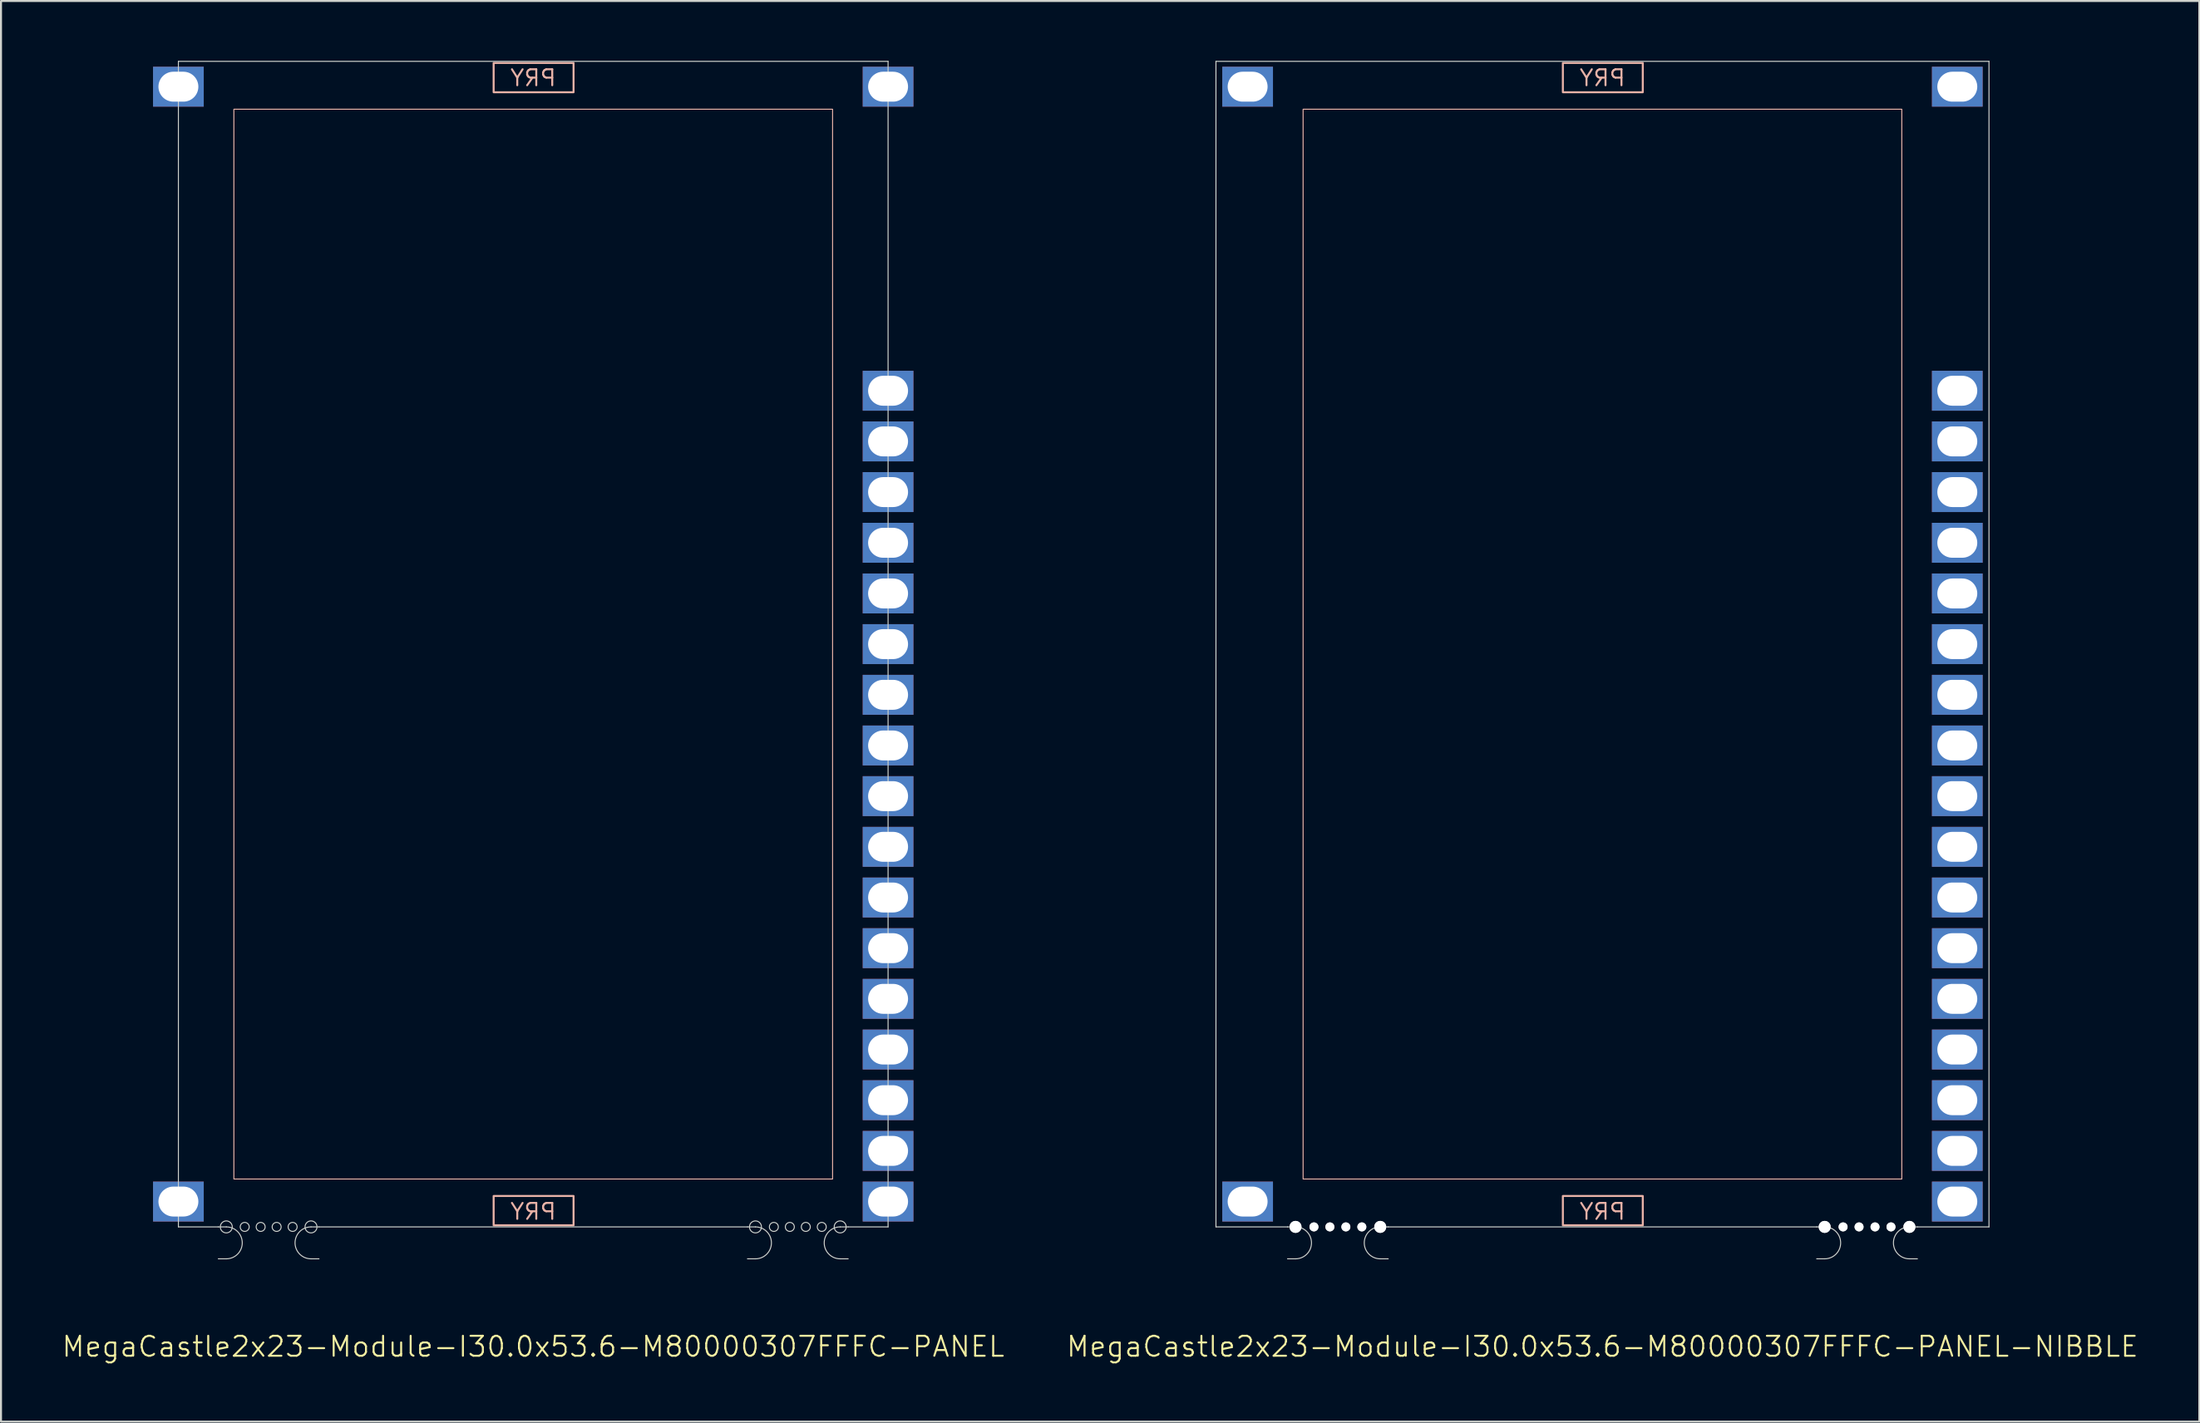
<source format=kicad_pcb>
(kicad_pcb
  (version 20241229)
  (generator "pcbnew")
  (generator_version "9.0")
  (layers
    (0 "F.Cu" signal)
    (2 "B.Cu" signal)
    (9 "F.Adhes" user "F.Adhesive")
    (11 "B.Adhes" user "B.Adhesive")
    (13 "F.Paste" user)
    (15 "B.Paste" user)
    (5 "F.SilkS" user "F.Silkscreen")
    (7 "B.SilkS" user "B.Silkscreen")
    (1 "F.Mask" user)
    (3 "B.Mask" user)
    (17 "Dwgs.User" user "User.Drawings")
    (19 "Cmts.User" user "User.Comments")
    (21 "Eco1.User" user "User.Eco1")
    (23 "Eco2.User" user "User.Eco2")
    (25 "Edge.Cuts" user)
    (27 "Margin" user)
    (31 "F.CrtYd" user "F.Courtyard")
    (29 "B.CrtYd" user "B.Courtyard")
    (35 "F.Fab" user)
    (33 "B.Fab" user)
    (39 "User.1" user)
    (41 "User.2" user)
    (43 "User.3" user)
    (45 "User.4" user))
  (footprint "MegaCastle2x23-Module-I30.0x53.6-M80000307FFFC-PANEL"
    (layer "F.Cu")
    (at 23.669 29.235)
    (property "Reference" "MegaCastle2x23-Module-I30.0x53.6-M80000307FFFC-PANEL" (at 0 35.21 0) (unlocked yes) (layer "F.SilkS") (effects (font (size 1 1) (thickness 0.1))))
    (attr smd)
    (fp_rect (start -15 26.81) (end 15 -26.81) (stroke (width 0.05) (type default)) (fill no) (layer "B.SilkS"))
    (fp_rect (start -1.984 -27.661) (end 2.02 -29.13) (stroke (width 0.1) (type default)) (fill no) (layer "B.SilkS"))
    (fp_rect (start -1.984 27.661) (end 2.02 29.13) (stroke (width 0.1) (type default)) (fill no) (layer "B.SilkS"))
    (fp_line (start -17.78 -29.21) (end -17.78 29.21) (stroke (width 0.05) (type default)) (layer "Edge.Cuts"))
    (fp_line (start -17.78 -29.21) (end 17.78 -29.21) (stroke (width 0.05) (type default)) (layer "Edge.Cuts"))
    (fp_line (start -17.78 29.21) (end -15.78 29.21) (stroke (width 0.05) (type default)) (layer "Edge.Cuts"))
    (fp_line (start -15.78 29.21) (end -15.38 29.21) (stroke (width 0.05) (type default)) (layer "Edge.Cuts"))
    (fp_line (start -15.78 30.81) (end -15.38 30.81) (stroke (width 0.05) (type default)) (layer "Edge.Cuts"))
    (fp_line (start -10.735 29.21) (end -11.135 29.21) (stroke (width 0.05) (type default)) (layer "Edge.Cuts"))
    (fp_line (start -10.735 29.21) (end 10.735 29.21) (stroke (width 0.05) (type default)) (layer "Edge.Cuts"))
    (fp_line (start -10.735 30.81) (end -11.135 30.81) (stroke (width 0.05) (type default)) (layer "Edge.Cuts"))
    (fp_line (start 10.735 29.21) (end 11.135 29.21) (stroke (width 0.05) (type default)) (layer "Edge.Cuts"))
    (fp_line (start 10.735 30.81) (end 11.135 30.81) (stroke (width 0.05) (type default)) (layer "Edge.Cuts"))
    (fp_line (start 15.78 29.21) (end 15.38 29.21) (stroke (width 0.05) (type default)) (layer "Edge.Cuts"))
    (fp_line (start 15.78 29.21) (end 17.78 29.21) (stroke (width 0.05) (type default)) (layer "Edge.Cuts"))
    (fp_line (start 15.78 30.81) (end 15.38 30.81) (stroke (width 0.05) (type default)) (layer "Edge.Cuts"))
    (fp_line (start 17.78 -29.21) (end 17.78 29.21) (stroke (width 0.05) (type default)) (layer "Edge.Cuts"))
    (fp_arc (start -15.38 29.209999) (mid -14.58 30.01) (end -15.38 30.809999) (stroke (width 0.05) (type default)) (layer "Edge.Cuts"))
    (fp_arc (start -11.135 30.809999) (mid -11.934999 30.009999) (end -11.135 29.209999) (stroke (width 0.05) (type default)) (layer "Edge.Cuts"))
    (fp_arc (start 11.134999 29.209999) (mid 11.934999 30.01) (end 11.134999 30.809999) (stroke (width 0.05) (type default)) (layer "Edge.Cuts"))
    (fp_arc (start 15.379999 30.809999) (mid 14.580001 30.01) (end 15.379999 29.209999) (stroke (width 0.05) (type default)) (layer "Edge.Cuts"))
    (fp_circle (center -15.38 29.21) (end -15.38 28.91) (stroke (width 0.05) (type default)) (fill no) (layer "Edge.Cuts"))
    (fp_circle (center -14.457 29.21) (end -14.457 28.985) (stroke (width 0.05) (type default)) (fill no) (layer "Edge.Cuts"))
    (fp_circle (center -13.658 29.21) (end -13.658 28.985) (stroke (width 0.05) (type default)) (fill no) (layer "Edge.Cuts"))
    (fp_circle (center -12.857 29.21) (end -12.857 28.985) (stroke (width 0.05) (type default)) (fill no) (layer "Edge.Cuts"))
    (fp_circle (center -12.057 29.21) (end -12.057 28.985) (stroke (width 0.05) (type default)) (fill no) (layer "Edge.Cuts"))
    (fp_circle (center -11.135 29.21) (end -11.135 28.91) (stroke (width 0.05) (type default)) (fill no) (layer "Edge.Cuts"))
    (fp_circle (center 11.135 29.21) (end 11.135 28.91) (stroke (width 0.05) (type default)) (fill no) (layer "Edge.Cuts"))
    (fp_circle (center 12.057 29.21) (end 12.057 28.985) (stroke (width 0.05) (type default)) (fill no) (layer "Edge.Cuts"))
    (fp_circle (center 12.857 29.21) (end 12.857 28.985) (stroke (width 0.05) (type default)) (fill no) (layer "Edge.Cuts"))
    (fp_circle (center 13.657 29.21) (end 13.657 28.985) (stroke (width 0.05) (type default)) (fill no) (layer "Edge.Cuts"))
    (fp_circle (center 14.457 29.21) (end 14.457 28.985) (stroke (width 0.05) (type default)) (fill no) (layer "Edge.Cuts"))
    (fp_circle (center 15.38 29.21) (end 15.38 28.91) (stroke (width 0.05) (type default)) (fill no) (layer "Edge.Cuts"))
    (fp_text user "PRY" (at 0 28.91 0) (unlocked yes) (layer "B.SilkS") (effects (font (size 0.8 0.8) (thickness 0.1)) (justify bottom mirror)))
    (fp_text user "PRY" (at 0 -27.91 0) (unlocked yes) (layer "B.SilkS") (effects (font (size 0.8 0.8) (thickness 0.1)) (justify bottom mirror)))
    (pad "1" thru_hole rect (at -17.78 -27.94) (size 2.54 2) (drill oval 2 1.5) (property pad_prop_castellated) (layers "*.Cu" "*.Mask"))
    (pad "23" thru_hole rect (at -17.78 27.94) (size 2.54 2) (drill oval 2 1.5) (property pad_prop_castellated) (layers "*.Cu" "*.Mask"))
    (pad "24" thru_hole rect (at 17.78 -27.94) (size 2.54 2) (drill oval 2 1.5) (property pad_prop_castellated) (layers "*.Cu" "*.Mask"))
    (pad "30" thru_hole rect (at 17.78 -12.7) (size 2.54 2) (drill oval 2 1.5) (property pad_prop_castellated) (layers "*.Cu" "*.Mask"))
    (pad "31" thru_hole rect (at 17.78 -10.16) (size 2.54 2) (drill oval 2 1.5) (property pad_prop_castellated) (layers "*.Cu" "*.Mask"))
    (pad "32" thru_hole rect (at 17.78 -7.62) (size 2.54 2) (drill oval 2 1.5) (property pad_prop_castellated) (layers "*.Cu" "*.Mask"))
    (pad "33" thru_hole rect (at 17.78 -5.08) (size 2.54 2) (drill oval 2 1.5) (property pad_prop_castellated) (layers "*.Cu" "*.Mask"))
    (pad "34" thru_hole rect (at 17.78 -2.54) (size 2.54 2) (drill oval 2 1.5) (property pad_prop_castellated) (layers "*.Cu" "*.Mask"))
    (pad "35" thru_hole rect (at 17.78 0) (size 2.54 2) (drill oval 2 1.5) (property pad_prop_castellated) (layers "*.Cu" "*.Mask"))
    (pad "36" thru_hole rect (at 17.78 2.54) (size 2.54 2) (drill oval 2 1.5) (property pad_prop_castellated) (layers "*.Cu" "*.Mask"))
    (pad "37" thru_hole rect (at 17.78 5.08) (size 2.54 2) (drill oval 2 1.5) (property pad_prop_castellated) (layers "*.Cu" "*.Mask"))
    (pad "38" thru_hole rect (at 17.78 7.62) (size 2.54 2) (drill oval 2 1.5) (property pad_prop_castellated) (layers "*.Cu" "*.Mask"))
    (pad "39" thru_hole rect (at 17.78 10.16) (size 2.54 2) (drill oval 2 1.5) (property pad_prop_castellated) (layers "*.Cu" "*.Mask"))
    (pad "40" thru_hole rect (at 17.78 12.7) (size 2.54 2) (drill oval 2 1.5) (property pad_prop_castellated) (layers "*.Cu" "*.Mask"))
    (pad "41" thru_hole rect (at 17.78 15.24) (size 2.54 2) (drill oval 2 1.5) (property pad_prop_castellated) (layers "*.Cu" "*.Mask"))
    (pad "42" thru_hole rect (at 17.78 17.78) (size 2.54 2) (drill oval 2 1.5) (property pad_prop_castellated) (layers "*.Cu" "*.Mask"))
    (pad "43" thru_hole rect (at 17.78 20.32) (size 2.54 2) (drill oval 2 1.5) (property pad_prop_castellated) (layers "*.Cu" "*.Mask"))
    (pad "44" thru_hole rect (at 17.78 22.86) (size 2.54 2) (drill oval 2 1.5) (property pad_prop_castellated) (layers "*.Cu" "*.Mask"))
    (pad "45" thru_hole rect (at 17.78 25.4) (size 2.54 2) (drill oval 2 1.5) (property pad_prop_castellated) (layers "*.Cu" "*.Mask"))
    (pad "46" thru_hole rect (at 17.78 27.94) (size 2.54 2) (drill oval 2 1.5) (property pad_prop_castellated) (layers "*.Cu" "*.Mask"))
    (zone (net_name "") (layer "B.Cu") (hatch edge 0.5) (connect_pads) (min_thickness 0.25) (filled_areas_thickness no) (keepout (tracks allowed) (vias allowed) (pads allowed) (copperpour allowed) (footprints not_allowed)) (placement (enabled no)) (fill) (polygon (pts (xy 5.889 58.445) (xy 5.889 0.025) (xy 8.669 0.025) (xy 8.669 58.445))))
    (zone (net_name "") (layer "B.Cu") (hatch edge 0.5) (connect_pads) (min_thickness 0.25) (filled_areas_thickness no) (keepout (tracks allowed) (vias allowed) (pads allowed) (copperpour allowed) (footprints not_allowed)) (placement (enabled no)) (fill) (polygon (pts (xy 8.669 0.025) (xy 8.669 2.425) (xy 38.669 2.425) (xy 38.669 0.025))))
    (zone (net_name "") (layer "B.Cu") (hatch edge 0.5) (connect_pads) (min_thickness 0.25) (filled_areas_thickness no) (keepout (tracks allowed) (vias allowed) (pads allowed) (copperpour allowed) (footprints not_allowed)) (placement (enabled no)) (fill) (polygon (pts (xy 8.669 58.445) (xy 8.669 56.045) (xy 38.669 56.045) (xy 38.669 58.445))))
    (zone (net_name "") (layer "B.Cu") (name "Upper Pry Zone") (hatch edge 0.5) (connect_pads) (min_thickness 0.25) (filled_areas_thickness no) (keepout (tracks not_allowed) (vias not_allowed) (pads not_allowed) (copperpour allowed) (footprints not_allowed)) (placement (enabled no)) (fill) (polygon (pts (xy 21.685 1.574) (xy 21.685 0.105) (xy 25.689 0.105) (xy 25.689 1.574))))
    (zone (net_name "") (layer "B.Cu") (name "Upper Pry Zone") (hatch edge 0.5) (connect_pads) (min_thickness 0.25) (filled_areas_thickness no) (keepout (tracks not_allowed) (vias not_allowed) (pads not_allowed) (copperpour allowed) (footprints not_allowed)) (placement (enabled no)) (fill) (polygon (pts (xy 21.685 56.896) (xy 21.685 58.365) (xy 25.689 58.365) (xy 25.689 56.896))))
    (zone (net_name "") (layer "B.Cu") (hatch edge 0.5) (connect_pads) (min_thickness 0.25) (filled_areas_thickness no) (keepout (tracks allowed) (vias allowed) (pads allowed) (copperpour allowed) (footprints not_allowed)) (placement (enabled no)) (fill) (polygon (pts (xy 41.449 58.445) (xy 41.449 0.025) (xy 38.669 0.025) (xy 38.669 58.445)))))
  (footprint "MegaCastle2x23-Module-I30.0x53.6-M80000307FFFC-PANEL-NIBBLE"
    (layer "F.Cu")
    (at 77.245 29.235)
    (property "Reference" "MegaCastle2x23-Module-I30.0x53.6-M80000307FFFC-PANEL-NIBBLE" (at 0 35.21 0) (unlocked yes) (layer "F.SilkS") (effects (font (size 1 1) (thickness 0.1))))
    (attr smd)
    (fp_rect (start -15 26.81) (end 15 -26.81) (stroke (width 0.05) (type default)) (fill no) (layer "B.SilkS"))
    (fp_rect (start -1.984 -27.661) (end 2.02 -29.13) (stroke (width 0.1) (type default)) (fill no) (layer "B.SilkS"))
    (fp_rect (start -1.984 27.661) (end 2.02 29.13) (stroke (width 0.1) (type default)) (fill no) (layer "B.SilkS"))
    (fp_line (start -19.367 -29.21) (end -19.367 29.21) (stroke (width 0.05) (type default)) (layer "Edge.Cuts"))
    (fp_line (start -19.367 -29.21) (end 19.367 -29.21) (stroke (width 0.05) (type default)) (layer "Edge.Cuts"))
    (fp_line (start -19.367 29.21) (end -15.78 29.21) (stroke (width 0.05) (type default)) (layer "Edge.Cuts"))
    (fp_line (start -15.78 29.21) (end -15.38 29.21) (stroke (width 0.05) (type default)) (layer "Edge.Cuts"))
    (fp_line (start -15.78 30.81) (end -15.38 30.81) (stroke (width 0.05) (type default)) (layer "Edge.Cuts"))
    (fp_line (start -10.735 29.21) (end -11.135 29.21) (stroke (width 0.05) (type default)) (layer "Edge.Cuts"))
    (fp_line (start -10.735 29.21) (end 10.735 29.21) (stroke (width 0.05) (type default)) (layer "Edge.Cuts"))
    (fp_line (start -10.735 30.81) (end -11.135 30.81) (stroke (width 0.05) (type default)) (layer "Edge.Cuts"))
    (fp_line (start 10.735 29.21) (end 11.135 29.21) (stroke (width 0.05) (type default)) (layer "Edge.Cuts"))
    (fp_line (start 10.735 30.81) (end 11.135 30.81) (stroke (width 0.05) (type default)) (layer "Edge.Cuts"))
    (fp_line (start 15.78 29.21) (end 15.38 29.21) (stroke (width 0.05) (type default)) (layer "Edge.Cuts"))
    (fp_line (start 15.78 29.21) (end 19.367 29.21) (stroke (width 0.05) (type default)) (layer "Edge.Cuts"))
    (fp_line (start 15.78 30.81) (end 15.38 30.81) (stroke (width 0.05) (type default)) (layer "Edge.Cuts"))
    (fp_line (start 19.367 -29.21) (end 19.367 29.21) (stroke (width 0.05) (type default)) (layer "Edge.Cuts"))
    (fp_arc (start -15.38 29.209999) (mid -14.58 30.01) (end -15.38 30.809999) (stroke (width 0.05) (type default)) (layer "Edge.Cuts"))
    (fp_arc (start -11.135 30.809999) (mid -11.934999 30.009999) (end -11.135 29.209999) (stroke (width 0.05) (type default)) (layer "Edge.Cuts"))
    (fp_arc (start 11.134999 29.209999) (mid 11.934999 30.01) (end 11.134999 30.809999) (stroke (width 0.05) (type default)) (layer "Edge.Cuts"))
    (fp_arc (start 15.379999 30.809999) (mid 14.580001 30.01) (end 15.379999 29.209999) (stroke (width 0.05) (type default)) (layer "Edge.Cuts"))
    (fp_text user "PRY" (at 0 28.91 0) (unlocked yes) (layer "B.SilkS") (effects (font (size 0.8 0.8) (thickness 0.1)) (justify bottom mirror)))
    (fp_text user "PRY" (at 0 -27.91 0) (unlocked yes) (layer "B.SilkS") (effects (font (size 0.8 0.8) (thickness 0.1)) (justify bottom mirror)))
    (pad "" np_thru_hole circle (at -15.38 29.21) (size 0.6 0.6) (drill 0.6) (layers "*.Cu" "Edge.Cuts"))
    (pad "" np_thru_hole circle (at -14.457 29.21) (size 0.45 0.45) (drill 0.45) (layers "*.Cu" "Edge.Cuts"))
    (pad "" np_thru_hole circle (at -13.658 29.21) (size 0.45 0.45) (drill 0.45) (layers "*.Cu" "Edge.Cuts"))
    (pad "" np_thru_hole circle (at -12.857 29.21) (size 0.45 0.45) (drill 0.45) (layers "*.Cu" "Edge.Cuts"))
    (pad "" np_thru_hole circle (at -12.057 29.21) (size 0.45 0.45) (drill 0.45) (layers "*.Cu" "Edge.Cuts"))
    (pad "" np_thru_hole circle (at -11.135 29.21) (size 0.6 0.6) (drill 0.6) (layers "*.Cu" "Edge.Cuts"))
    (pad "" np_thru_hole circle (at 11.135 29.21) (size 0.6 0.6) (drill 0.6) (layers "*.Cu" "Edge.Cuts"))
    (pad "" np_thru_hole circle (at 12.057 29.21) (size 0.45 0.45) (drill 0.45) (layers "*.Cu" "Edge.Cuts"))
    (pad "" np_thru_hole circle (at 12.857 29.21) (size 0.45 0.45) (drill 0.45) (layers "*.Cu" "Edge.Cuts"))
    (pad "" np_thru_hole circle (at 13.657 29.21) (size 0.45 0.45) (drill 0.45) (layers "*.Cu" "Edge.Cuts"))
    (pad "" np_thru_hole circle (at 14.457 29.21) (size 0.45 0.45) (drill 0.45) (layers "*.Cu" "Edge.Cuts"))
    (pad "" np_thru_hole circle (at 15.38 29.21) (size 0.6 0.6) (drill 0.6) (layers "*.Cu" "Edge.Cuts"))
    (pad "1" thru_hole rect (at -17.78 -27.94) (size 2.54 2) (drill oval 2 1.5) (property pad_prop_castellated) (layers "*.Cu" "*.Mask"))
    (pad "23" thru_hole rect (at -17.78 27.94) (size 2.54 2) (drill oval 2 1.5) (property pad_prop_castellated) (layers "*.Cu" "*.Mask"))
    (pad "24" thru_hole rect (at 17.78 -27.94) (size 2.54 2) (drill oval 2 1.5) (property pad_prop_castellated) (layers "*.Cu" "*.Mask"))
    (pad "30" thru_hole rect (at 17.78 -12.7) (size 2.54 2) (drill oval 2 1.5) (property pad_prop_castellated) (layers "*.Cu" "*.Mask"))
    (pad "31" thru_hole rect (at 17.78 -10.16) (size 2.54 2) (drill oval 2 1.5) (property pad_prop_castellated) (layers "*.Cu" "*.Mask"))
    (pad "32" thru_hole rect (at 17.78 -7.62) (size 2.54 2) (drill oval 2 1.5) (property pad_prop_castellated) (layers "*.Cu" "*.Mask"))
    (pad "33" thru_hole rect (at 17.78 -5.08) (size 2.54 2) (drill oval 2 1.5) (property pad_prop_castellated) (layers "*.Cu" "*.Mask"))
    (pad "34" thru_hole rect (at 17.78 -2.54) (size 2.54 2) (drill oval 2 1.5) (property pad_prop_castellated) (layers "*.Cu" "*.Mask"))
    (pad "35" thru_hole rect (at 17.78 0) (size 2.54 2) (drill oval 2 1.5) (property pad_prop_castellated) (layers "*.Cu" "*.Mask"))
    (pad "36" thru_hole rect (at 17.78 2.54) (size 2.54 2) (drill oval 2 1.5) (property pad_prop_castellated) (layers "*.Cu" "*.Mask"))
    (pad "37" thru_hole rect (at 17.78 5.08) (size 2.54 2) (drill oval 2 1.5) (property pad_prop_castellated) (layers "*.Cu" "*.Mask"))
    (pad "38" thru_hole rect (at 17.78 7.62) (size 2.54 2) (drill oval 2 1.5) (property pad_prop_castellated) (layers "*.Cu" "*.Mask"))
    (pad "39" thru_hole rect (at 17.78 10.16) (size 2.54 2) (drill oval 2 1.5) (property pad_prop_castellated) (layers "*.Cu" "*.Mask"))
    (pad "40" thru_hole rect (at 17.78 12.7) (size 2.54 2) (drill oval 2 1.5) (property pad_prop_castellated) (layers "*.Cu" "*.Mask"))
    (pad "41" thru_hole rect (at 17.78 15.24) (size 2.54 2) (drill oval 2 1.5) (property pad_prop_castellated) (layers "*.Cu" "*.Mask"))
    (pad "42" thru_hole rect (at 17.78 17.78) (size 2.54 2) (drill oval 2 1.5) (property pad_prop_castellated) (layers "*.Cu" "*.Mask"))
    (pad "43" thru_hole rect (at 17.78 20.32) (size 2.54 2) (drill oval 2 1.5) (property pad_prop_castellated) (layers "*.Cu" "*.Mask"))
    (pad "44" thru_hole rect (at 17.78 22.86) (size 2.54 2) (drill oval 2 1.5) (property pad_prop_castellated) (layers "*.Cu" "*.Mask"))
    (pad "45" thru_hole rect (at 17.78 25.4) (size 2.54 2) (drill oval 2 1.5) (property pad_prop_castellated) (layers "*.Cu" "*.Mask"))
    (pad "46" thru_hole rect (at 17.78 27.94) (size 2.54 2) (drill oval 2 1.5) (property pad_prop_castellated) (layers "*.Cu" "*.Mask"))
    (zone (net_name "") (layer "B.Cu") (hatch edge 0.5) (connect_pads) (min_thickness 0.25) (filled_areas_thickness no) (keepout (tracks allowed) (vias allowed) (pads allowed) (copperpour allowed) (footprints not_allowed)) (placement (enabled no)) (fill) (polygon (pts (xy 59.465 58.445) (xy 59.465 0.025) (xy 62.245 0.025) (xy 62.245 58.445))))
    (zone (net_name "") (layer "B.Cu") (hatch edge 0.5) (connect_pads) (min_thickness 0.25) (filled_areas_thickness no) (keepout (tracks allowed) (vias allowed) (pads allowed) (copperpour allowed) (footprints not_allowed)) (placement (enabled no)) (fill) (polygon (pts (xy 62.245 0.025) (xy 62.245 2.425) (xy 92.245 2.425) (xy 92.245 0.025))))
    (zone (net_name "") (layer "B.Cu") (hatch edge 0.5) (connect_pads) (min_thickness 0.25) (filled_areas_thickness no) (keepout (tracks allowed) (vias allowed) (pads allowed) (copperpour allowed) (footprints not_allowed)) (placement (enabled no)) (fill) (polygon (pts (xy 62.245 58.445) (xy 62.245 56.045) (xy 92.245 56.045) (xy 92.245 58.445))))
    (zone (net_name "") (layer "B.Cu") (name "Upper Pry Zone") (hatch edge 0.5) (connect_pads) (min_thickness 0.25) (filled_areas_thickness no) (keepout (tracks not_allowed) (vias not_allowed) (pads not_allowed) (copperpour allowed) (footprints not_allowed)) (placement (enabled no)) (fill) (polygon (pts (xy 75.261 1.574) (xy 75.261 0.105) (xy 79.265 0.105) (xy 79.265 1.574))))
    (zone (net_name "") (layer "B.Cu") (name "Upper Pry Zone") (hatch edge 0.5) (connect_pads) (min_thickness 0.25) (filled_areas_thickness no) (keepout (tracks not_allowed) (vias not_allowed) (pads not_allowed) (copperpour allowed) (footprints not_allowed)) (placement (enabled no)) (fill) (polygon (pts (xy 75.261 56.896) (xy 75.261 58.365) (xy 79.265 58.365) (xy 79.265 56.896))))
    (zone (net_name "") (layer "B.Cu") (hatch edge 0.5) (connect_pads) (min_thickness 0.25) (filled_areas_thickness no) (keepout (tracks allowed) (vias allowed) (pads allowed) (copperpour allowed) (footprints not_allowed)) (placement (enabled no)) (fill) (polygon (pts (xy 95.025 58.445) (xy 95.025 0.025) (xy 92.245 0.025) (xy 92.245 58.445)))))
  (gr_rect
    (start -3 -3)
    (end 107.152 68.205)
    (stroke (width 0.1) (type default))
    (fill no)
    (layer "Edge.Cuts")))
</source>
